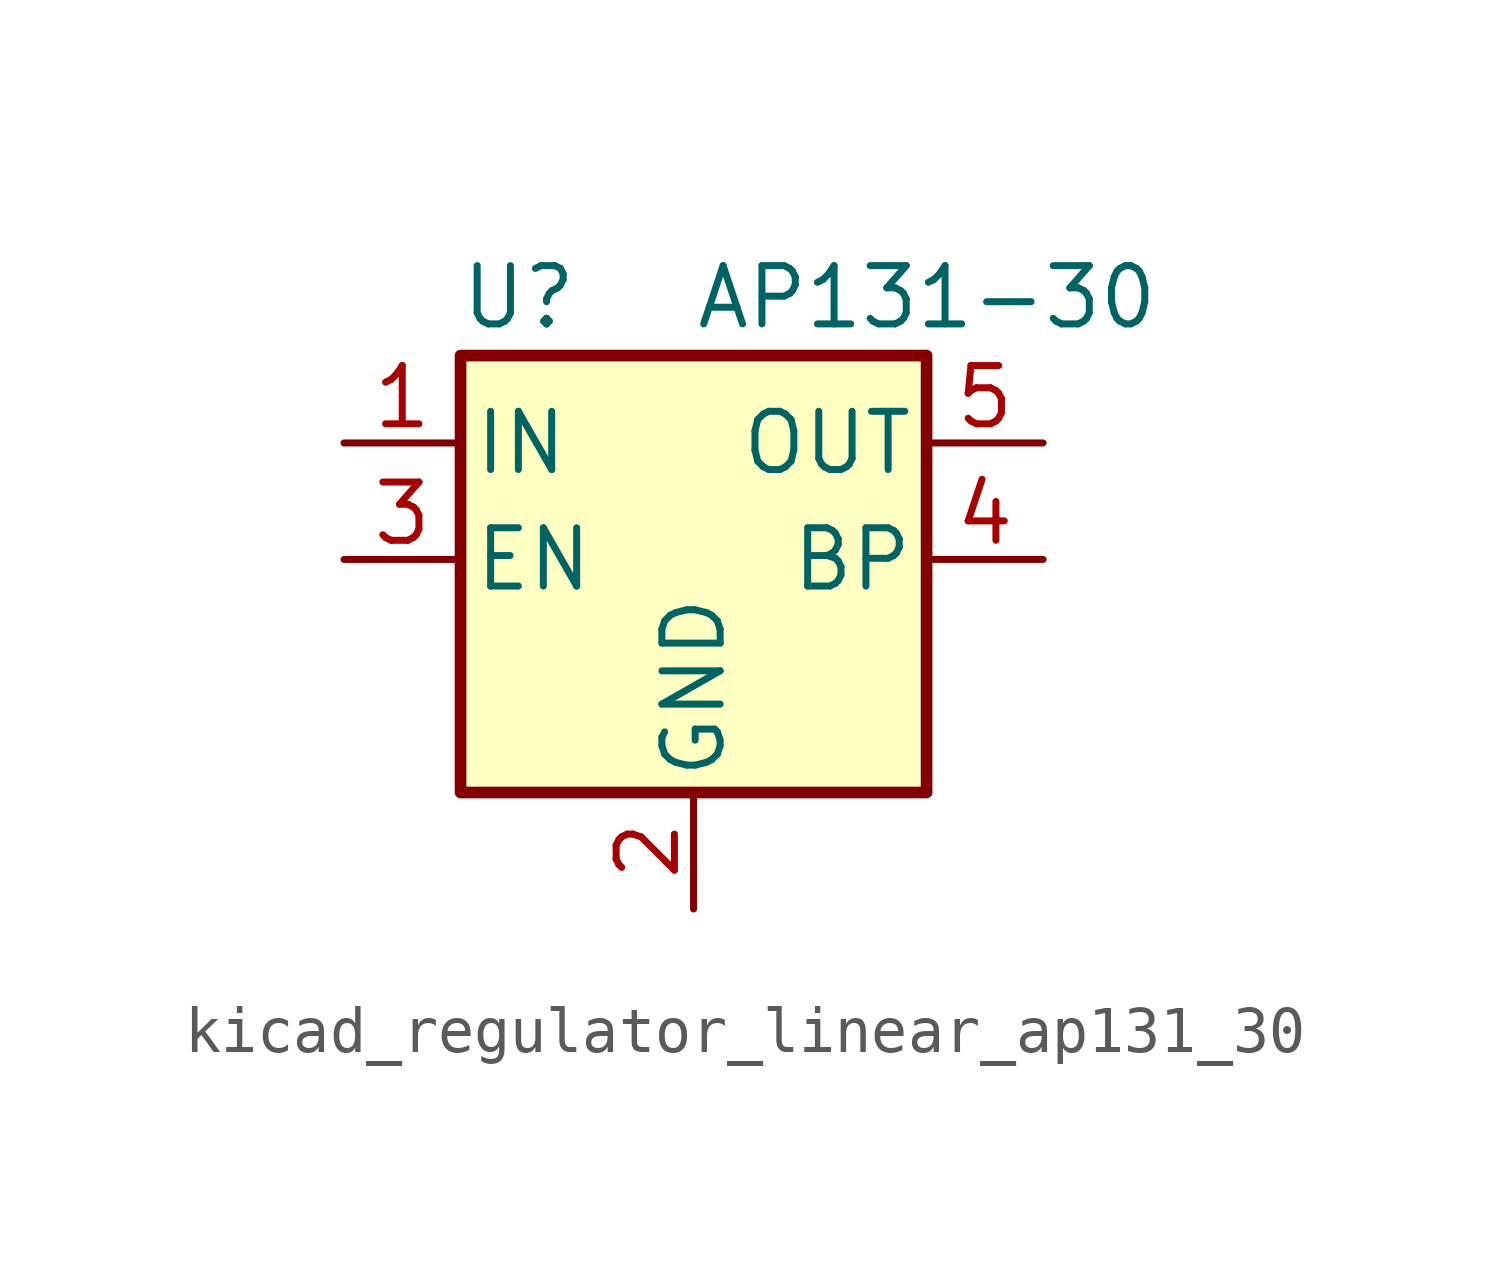
<source format=kicad_sym>
(kicad_symbol_lib
  (version 20220914)
  (generator kicad_symbol_editor)
  (symbol "kicad_regulator_linear_ap131_30"
    (pin_names
      (offset 0.254))
    (property "Reference" "U"
      (at -3.81 5.715 0)
      (effects (font (size 1.27 1.27))))
    (property "Value" "AP131-30"
      (at 0 5.715 0)
      (effects (font (size 1.27 1.27)) (justify left)))
    (symbol "kicad_regulator_linear_ap131_30_0_1"
      (rectangle (start -5.08 4.445) (end 5.08 -5.08) (stroke (width 0.254) (type default)) (fill (type background))))
    (symbol "kicad_regulator_linear_ap131_30_1_1"
      (pin power_in line (at -7.62 2.54 0) (length 2.54) (name "IN" (effects (font (size 1.27 1.27)))) (number "1" (effects (font (size 1.27 1.27)))))
      (pin power_in line (at 0 -7.62 90) (length 2.54) (name "GND" (effects (font (size 1.27 1.27)))) (number "2" (effects (font (size 1.27 1.27)))))
      (pin input line (at -7.62 0 0) (length 2.54) (name "EN" (effects (font (size 1.27 1.27)))) (number "3" (effects (font (size 1.27 1.27)))))
      (pin input line (at 7.62 0 180) (length 2.54) (name "BP" (effects (font (size 1.27 1.27)))) (number "4" (effects (font (size 1.27 1.27)))))
      (pin power_out line (at 7.62 2.54 180) (length 2.54) (name "OUT" (effects (font (size 1.27 1.27)))) (number "5" (effects (font (size 1.27 1.27))))))))
</source>
